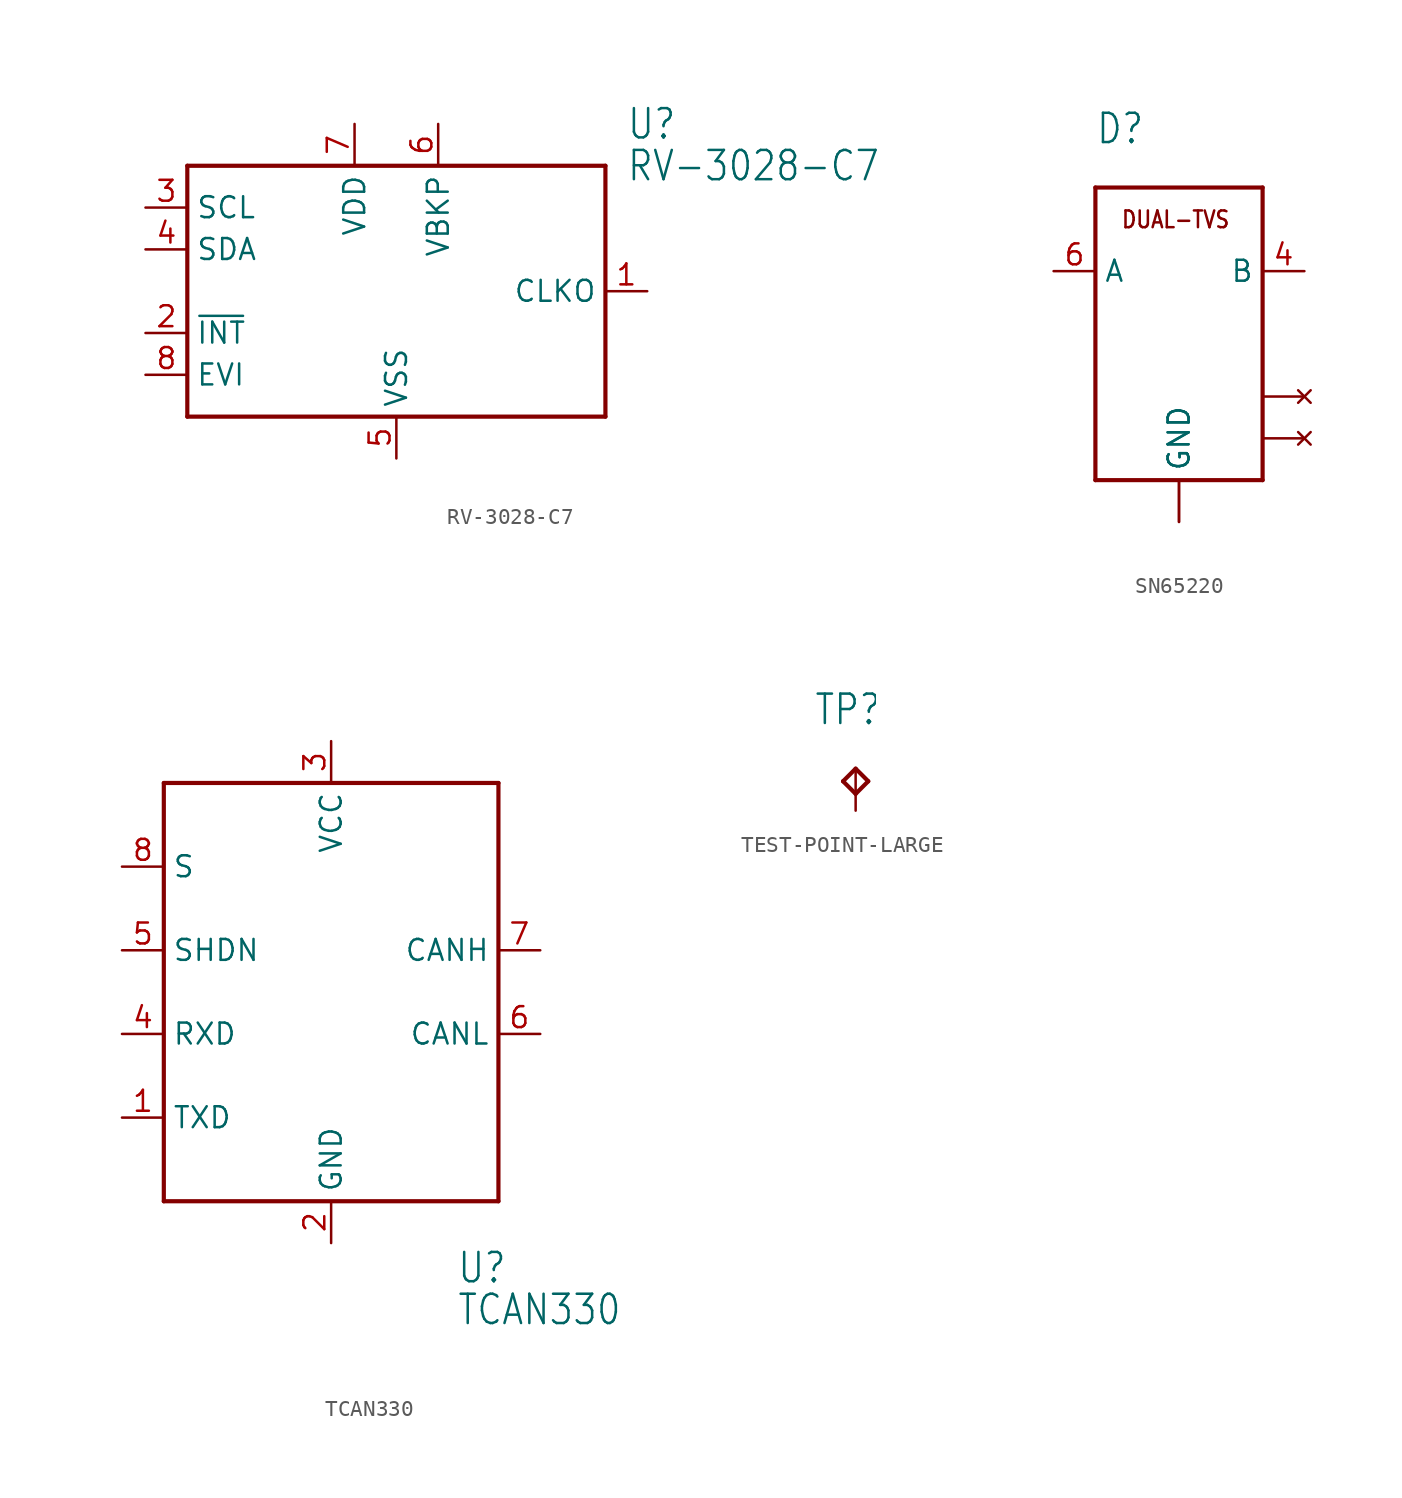
<source format=kicad_sym>
(kicad_symbol_lib
  (version 20211014)
  (generator kicad_symbol_editor)
  (symbol "RV-3028-C7"
    (property "Reference" "U"
      (at 13.97 10.16 0)
      (effects (font (size 1.778 1.511)) (justify left)))
    (property "Value" "RV-3028-C7"
      (at 13.97 7.62 0)
      (effects (font (size 1.778 1.511)) (justify left)))
    (property "ki_locked" ""
      (at 0 0 0)
      (effects (font (size 1.27 1.27))))
    (symbol "RV-3028-C7_1_0"
      (polyline (pts (xy -12.7 7.62) (xy -12.7 -7.62)) (stroke (width 0.254) (type default) (color 0 0 0 0)) (fill (type none)))
      (polyline (pts (xy -12.7 7.62) (xy 12.7 7.62)) (stroke (width 0.254) (type default) (color 0 0 0 0)) (fill (type none)))
      (polyline (pts (xy 12.7 -7.62) (xy -12.7 -7.62)) (stroke (width 0.254) (type default) (color 0 0 0 0)) (fill (type none)))
      (polyline (pts (xy 12.7 -7.62) (xy 12.7 7.62)) (stroke (width 0.254) (type default) (color 0 0 0 0)) (fill (type none)))
      (pin bidirectional line (at 15.24 0 180) (length 2.54) (name "CLKO" (effects (font (size 1.27 1.27)))) (number "1" (effects (font (size 1.27 1.27)))))
      (pin bidirectional line (at -15.24 -2.54 0) (length 2.54) (name "~{INT}" (effects (font (size 1.27 1.27)))) (number "2" (effects (font (size 1.27 1.27)))))
      (pin bidirectional line (at -15.24 5.08 0) (length 2.54) (name "SCL" (effects (font (size 1.27 1.27)))) (number "3" (effects (font (size 1.27 1.27)))))
      (pin bidirectional line (at -15.24 2.54 0) (length 2.54) (name "SDA" (effects (font (size 1.27 1.27)))) (number "4" (effects (font (size 1.27 1.27)))))
      (pin bidirectional line (at 0 -10.16 90) (length 2.54) (name "VSS" (effects (font (size 1.27 1.27)))) (number "5" (effects (font (size 1.27 1.27)))))
      (pin bidirectional line (at 2.54 10.16 270) (length 2.54) (name "VBKP" (effects (font (size 1.27 1.27)))) (number "6" (effects (font (size 1.27 1.27)))))
      (pin bidirectional line (at -2.54 10.16 270) (length 2.54) (name "VDD" (effects (font (size 1.27 1.27)))) (number "7" (effects (font (size 1.27 1.27)))))
      (pin bidirectional line (at -15.24 -5.08 0) (length 2.54) (name "EVI" (effects (font (size 1.27 1.27)))) (number "8" (effects (font (size 1.27 1.27)))))))
  (symbol "SN65220"
    (property "Reference" "D"
      (at -5.08 10.16 0)
      (effects (font (size 1.778 1.511)) (justify left bottom)))
    (property "ki_locked" ""
      (at 0 0 0)
      (effects (font (size 1.27 1.27))))
    (symbol "SN65220_1_0"
      (polyline (pts (xy -5.08 -10.16) (xy -5.08 7.62)) (stroke (width 0.254) (type default) (color 0 0 0 0)) (fill (type none)))
      (polyline (pts (xy -5.08 7.62) (xy 5.08 7.62)) (stroke (width 0.254) (type default) (color 0 0 0 0)) (fill (type none)))
      (polyline (pts (xy 5.08 -10.16) (xy -5.08 -10.16)) (stroke (width 0.254) (type default) (color 0 0 0 0)) (fill (type none)))
      (polyline (pts (xy 5.08 7.62) (xy 5.08 -10.16)) (stroke (width 0.254) (type default) (color 0 0 0 0)) (fill (type none)))
      (text "DUAL-TVS " (at -3.556 5.08 0) (effects (font (size 1.016 0.864)) (justify left bottom)))
      (pin no_connect line (at 7.62 -7.62 180) (length 2.54) (name "NC1" (effects (font (size 0 0)))) (number "1" (effects (font (size 0 0)))))
      (pin bidirectional line (at 0 -12.7 90) (length 2.54) (name "GND" (effects (font (size 1.27 1.27)))) (number "2" (effects (font (size 0 0)))))
      (pin no_connect line (at 7.62 -5.08 180) (length 2.54) (name "NC2" (effects (font (size 0 0)))) (number "3" (effects (font (size 0 0)))))
      (pin input line (at 7.62 2.54 180) (length 2.54) (name "B" (effects (font (size 1.27 1.27)))) (number "4" (effects (font (size 1.27 1.27)))))
      (pin bidirectional line (at 0 -12.7 90) (length 2.54) (name "GND" (effects (font (size 1.27 1.27)))) (number "5" (effects (font (size 0 0)))))
      (pin input line (at -7.62 2.54 0) (length 2.54) (name "A" (effects (font (size 1.27 1.27)))) (number "6" (effects (font (size 1.27 1.27)))))))
  (symbol "TCAN330"
    (property "Reference" "U"
      (at 7.62 -17.78 0)
      (effects (font (size 1.778 1.511)) (justify left bottom)))
    (property "Value" "TCAN330"
      (at 7.62 -20.32 0)
      (effects (font (size 1.778 1.511)) (justify left bottom)))
    (property "ki_locked" ""
      (at 0 0 0)
      (effects (font (size 1.27 1.27))))
    (symbol "TCAN330_1_0"
      (polyline (pts (xy -10.16 -12.7) (xy 10.16 -12.7)) (stroke (width 0.254) (type default) (color 0 0 0 0)) (fill (type none)))
      (polyline (pts (xy -10.16 12.7) (xy -10.16 -12.7)) (stroke (width 0.254) (type default) (color 0 0 0 0)) (fill (type none)))
      (polyline (pts (xy 10.16 -12.7) (xy 10.16 12.7)) (stroke (width 0.254) (type default) (color 0 0 0 0)) (fill (type none)))
      (polyline (pts (xy 10.16 12.7) (xy -10.16 12.7)) (stroke (width 0.254) (type default) (color 0 0 0 0)) (fill (type none)))
      (pin input line (at -12.7 -7.62 0) (length 2.54) (name "TXD" (effects (font (size 1.27 1.27)))) (number "1" (effects (font (size 1.27 1.27)))))
      (pin power_in line (at 0 -15.24 90) (length 2.54) (name "GND" (effects (font (size 1.27 1.27)))) (number "2" (effects (font (size 1.27 1.27)))))
      (pin power_in line (at 0 15.24 270) (length 2.54) (name "VCC" (effects (font (size 1.27 1.27)))) (number "3" (effects (font (size 1.27 1.27)))))
      (pin output line (at -12.7 -2.54 0) (length 2.54) (name "RXD" (effects (font (size 1.27 1.27)))) (number "4" (effects (font (size 1.27 1.27)))))
      (pin input line (at -12.7 2.54 0) (length 2.54) (name "SHDN" (effects (font (size 1.27 1.27)))) (number "5" (effects (font (size 1.27 1.27)))))
      (pin bidirectional line (at 12.7 -2.54 180) (length 2.54) (name "CANL" (effects (font (size 1.27 1.27)))) (number "6" (effects (font (size 1.27 1.27)))))
      (pin bidirectional line (at 12.7 2.54 180) (length 2.54) (name "CANH" (effects (font (size 1.27 1.27)))) (number "7" (effects (font (size 1.27 1.27)))))
      (pin input line (at -12.7 7.62 0) (length 2.54) (name "S" (effects (font (size 1.27 1.27)))) (number "8" (effects (font (size 1.27 1.27)))))))
  (symbol "TEST-POINT-LARGE"
    (property "Reference" "TP"
      (at -2.54 2.54 0)
      (effects (font (size 1.778 1.511)) (justify left bottom)))
    (property "ki_locked" ""
      (at 0 0 0)
      (effects (font (size 1.27 1.27))))
    (symbol "TEST-POINT-LARGE_1_0"
      (polyline (pts (xy -0.762 -0.762) (xy 0 0)) (stroke (width 0.254) (type default) (color 0 0 0 0)) (fill (type none)))
      (polyline (pts (xy 0 -1.524) (xy -0.762 -0.762)) (stroke (width 0.254) (type default) (color 0 0 0 0)) (fill (type none)))
      (polyline (pts (xy 0 0) (xy 0.762 -0.762)) (stroke (width 0.254) (type default) (color 0 0 0 0)) (fill (type none)))
      (polyline (pts (xy 0.762 -0.762) (xy 0 -1.524)) (stroke (width 0.254) (type default) (color 0 0 0 0)) (fill (type none)))
      (pin input line (at 0 -2.54 90) (length 2.54) (name "TP" (effects (font (size 0 0)))) (number "1" (effects (font (size 0 0))))))))
</source>
